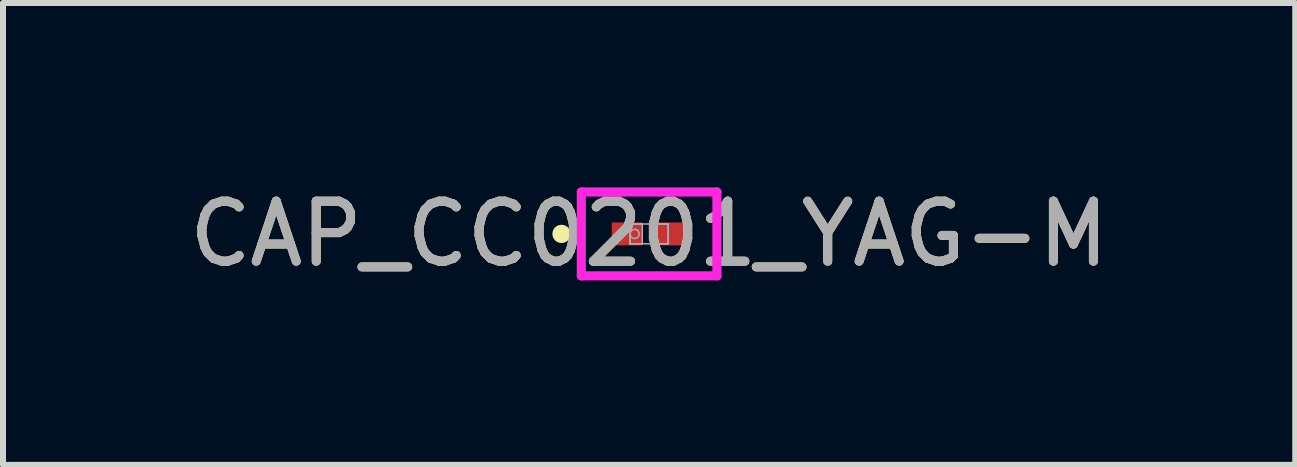
<source format=kicad_pcb>
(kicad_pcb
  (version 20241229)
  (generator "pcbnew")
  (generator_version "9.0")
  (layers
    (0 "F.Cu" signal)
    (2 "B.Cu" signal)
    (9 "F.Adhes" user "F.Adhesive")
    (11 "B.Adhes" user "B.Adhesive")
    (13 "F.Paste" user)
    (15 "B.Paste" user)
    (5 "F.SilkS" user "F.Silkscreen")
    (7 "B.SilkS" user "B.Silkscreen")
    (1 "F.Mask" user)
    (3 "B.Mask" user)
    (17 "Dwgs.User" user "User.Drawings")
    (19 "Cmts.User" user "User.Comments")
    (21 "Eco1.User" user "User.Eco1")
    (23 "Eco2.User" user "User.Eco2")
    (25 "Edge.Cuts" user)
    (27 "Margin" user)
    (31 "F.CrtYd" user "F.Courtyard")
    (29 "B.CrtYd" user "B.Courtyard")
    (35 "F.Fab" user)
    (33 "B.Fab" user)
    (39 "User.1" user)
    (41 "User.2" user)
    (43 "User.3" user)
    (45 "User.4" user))
  (footprint "CAP_CC0201_YAG-M"
    (layer "F.Cu")
    (at 7.768 0.848)
    (property "Reference" "CAP_CC0201_YAG-M" (at 0 0 0) (unlocked yes) (layer "F.SilkS") (effects (font (size 1 1) (thickness 0.15))))
    (attr smd)
    (fp_circle (center -1.46 0) (end -1.384 0) (stroke (width 0.152) (type solid)) (fill no) (layer "F.SilkS"))
    (fp_line (start -1.13 -0.699) (end 1.13 -0.699) (stroke (width 0.152) (type solid)) (layer "F.CrtYd"))
    (fp_line (start -1.13 0.699) (end -1.13 -0.699) (stroke (width 0.152) (type solid)) (layer "F.CrtYd"))
    (fp_line (start 1.13 -0.699) (end 1.13 0.699) (stroke (width 0.152) (type solid)) (layer "F.CrtYd"))
    (fp_line (start 1.13 0.699) (end -1.13 0.699) (stroke (width 0.152) (type solid)) (layer "F.CrtYd"))
    (fp_line (start -0.318 -0.165) (end -0.318 0.165) (stroke (width 0.025) (type solid)) (layer "F.Fab"))
    (fp_line (start -0.318 -0.165) (end -0.318 0.165) (stroke (width 0.025) (type solid)) (layer "F.Fab"))
    (fp_line (start -0.318 0.165) (end -0.114 0.165) (stroke (width 0.025) (type solid)) (layer "F.Fab"))
    (fp_line (start -0.318 0.165) (end 0.318 0.165) (stroke (width 0.025) (type solid)) (layer "F.Fab"))
    (fp_line (start -0.114 -0.165) (end -0.318 -0.165) (stroke (width 0.025) (type solid)) (layer "F.Fab"))
    (fp_line (start -0.114 0.165) (end -0.114 -0.165) (stroke (width 0.025) (type solid)) (layer "F.Fab"))
    (fp_line (start 0.114 -0.165) (end 0.114 0.165) (stroke (width 0.025) (type solid)) (layer "F.Fab"))
    (fp_line (start 0.114 0.165) (end 0.318 0.165) (stroke (width 0.025) (type solid)) (layer "F.Fab"))
    (fp_line (start 0.318 -0.165) (end -0.318 -0.165) (stroke (width 0.025) (type solid)) (layer "F.Fab"))
    (fp_line (start 0.318 -0.165) (end 0.114 -0.165) (stroke (width 0.025) (type solid)) (layer "F.Fab"))
    (fp_line (start 0.318 0.165) (end 0.318 -0.165) (stroke (width 0.025) (type solid)) (layer "F.Fab"))
    (fp_line (start 0.318 0.165) (end 0.318 -0.165) (stroke (width 0.025) (type solid)) (layer "F.Fab"))
    (fp_circle (center -0.241 0) (end -0.165 0) (stroke (width 0.025) (type solid)) (fill no) (layer "F.Fab"))
    (fp_text user "${REFERENCE}" (at 0 0 0) (unlocked yes) (layer "F.Fab") (effects (font (size 1 1) (thickness 0.15))))
    (pad "1" smd rect (at -0.368 0) (size 0.508 0.381) (layers "F.Cu" "F.Mask" "F.Paste"))
    (pad "2" smd rect (at 0.368 0) (size 0.508 0.381) (layers "F.Cu" "F.Mask" "F.Paste"))
    (zone (net_name "") (layer "F.Cu") (hatch full 0.508) (connect_pads) (min_thickness 0.254) (filled_areas_thickness no) (keepout (tracks not_allowed) (vias not_allowed) (pads allowed) (copperpour not_allowed) (footprints allowed)) (placement (enabled no)) (fill) (polygon (pts (xy 7.704 0.734) (xy 7.831 0.734) (xy 7.831 0.963) (xy 7.704 0.963)))))
  (gr_rect
    (start -3 -3)
    (end 18.536 4.697)
    (stroke (width 0.1) (type default))
    (fill no)
    (layer "Edge.Cuts")))
</source>
